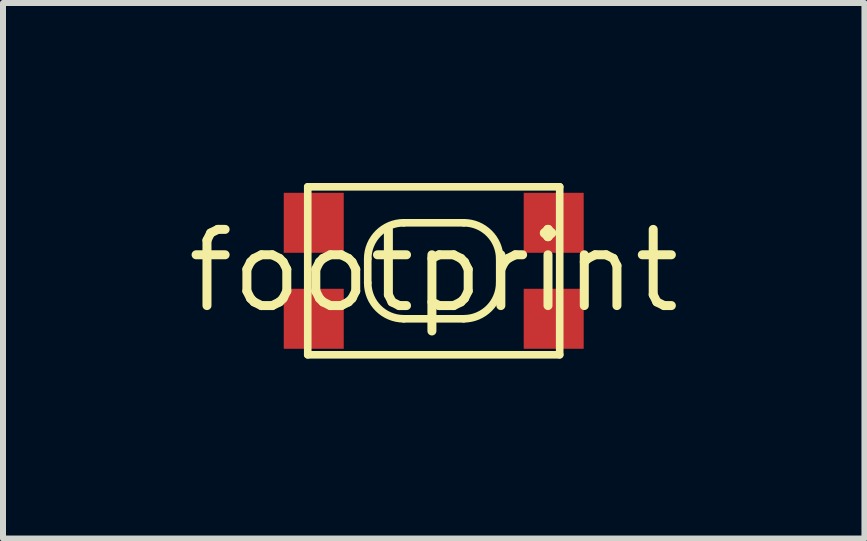
<source format=kicad_pcb>
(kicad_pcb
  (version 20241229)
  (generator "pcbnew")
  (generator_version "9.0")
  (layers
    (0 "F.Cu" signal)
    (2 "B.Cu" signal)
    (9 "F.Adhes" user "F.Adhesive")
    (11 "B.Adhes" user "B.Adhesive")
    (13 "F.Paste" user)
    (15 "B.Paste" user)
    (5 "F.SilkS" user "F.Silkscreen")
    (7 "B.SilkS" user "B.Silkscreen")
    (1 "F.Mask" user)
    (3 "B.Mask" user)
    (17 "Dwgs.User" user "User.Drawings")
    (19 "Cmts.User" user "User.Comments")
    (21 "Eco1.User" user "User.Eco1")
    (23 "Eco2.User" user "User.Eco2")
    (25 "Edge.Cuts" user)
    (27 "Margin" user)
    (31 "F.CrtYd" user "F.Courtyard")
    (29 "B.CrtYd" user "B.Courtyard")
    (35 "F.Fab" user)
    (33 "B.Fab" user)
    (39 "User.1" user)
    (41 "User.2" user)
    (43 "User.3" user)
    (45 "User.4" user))
  (footprint "footprint"
    (layer "F.Cu")
    (at 4.18 1.464)
    (property "Reference" "footprint" (at 0 0 0) (layer "F.SilkS") (effects (font (size 1.27 1.27) (thickness 0.15))))
    (fp_line (start -2.1 -1.4) (end 2.1 -1.4) (stroke (width 0.127) (type solid)) (layer "F.SilkS"))
    (fp_line (start -2.1 1.4) (end -2.1 -1.4) (stroke (width 0.127) (type solid)) (layer "F.SilkS"))
    (fp_line (start -1.1 0.2) (end -1.1 -0.2) (stroke (width 0.127) (type solid)) (layer "F.SilkS"))
    (fp_line (start -0.5 -0.8) (end 0.5 -0.8) (stroke (width 0.127) (type solid)) (layer "F.SilkS"))
    (fp_line (start 0.5 0.8) (end -0.5 0.8) (stroke (width 0.127) (type solid)) (layer "F.SilkS"))
    (fp_line (start 1.1 -0.2) (end 1.1 0.2) (stroke (width 0.127) (type solid)) (layer "F.SilkS"))
    (fp_line (start 2.1 -1.4) (end 2.1 1.4) (stroke (width 0.127) (type solid)) (layer "F.SilkS"))
    (fp_line (start 2.1 1.4) (end -2.1 1.4) (stroke (width 0.127) (type solid)) (layer "F.SilkS"))
    (fp_arc (start -1.1 -0.2) (mid -0.924263 -0.624264) (end -0.499998 -0.8) (stroke (width 0.127) (type solid)) (layer "F.SilkS"))
    (fp_arc (start -0.5 0.8) (mid -0.924264 0.624263) (end -1.1 0.199998) (stroke (width 0.127) (type solid)) (layer "F.SilkS"))
    (fp_arc (start 0.5 -0.8) (mid 0.924264 -0.624263) (end 1.1 -0.199998) (stroke (width 0.127) (type solid)) (layer "F.SilkS"))
    (fp_arc (start 1.1 0.2) (mid 0.924263 0.624264) (end 0.499998 0.8) (stroke (width 0.127) (type solid)) (layer "F.SilkS"))
    (pad "1" smd rect (at 2 -0.8) (size 1 1) (layers "F.Cu" "F.Mask" "F.Paste"))
    (pad "2" smd rect (at 2 0.8) (size 1 1) (layers "F.Cu" "F.Mask" "F.Paste"))
    (pad "3" smd rect (at -2 -0.8) (size 1 1) (layers "F.Cu" "F.Mask" "F.Paste"))
    (pad "4" smd rect (at -2 0.8) (size 1 1) (layers "F.Cu" "F.Mask" "F.Paste")))
  (gr_rect
    (start -3 -3)
    (end 11.36 5.927)
    (stroke (width 0.1) (type default))
    (fill no)
    (layer "Edge.Cuts")))
</source>
